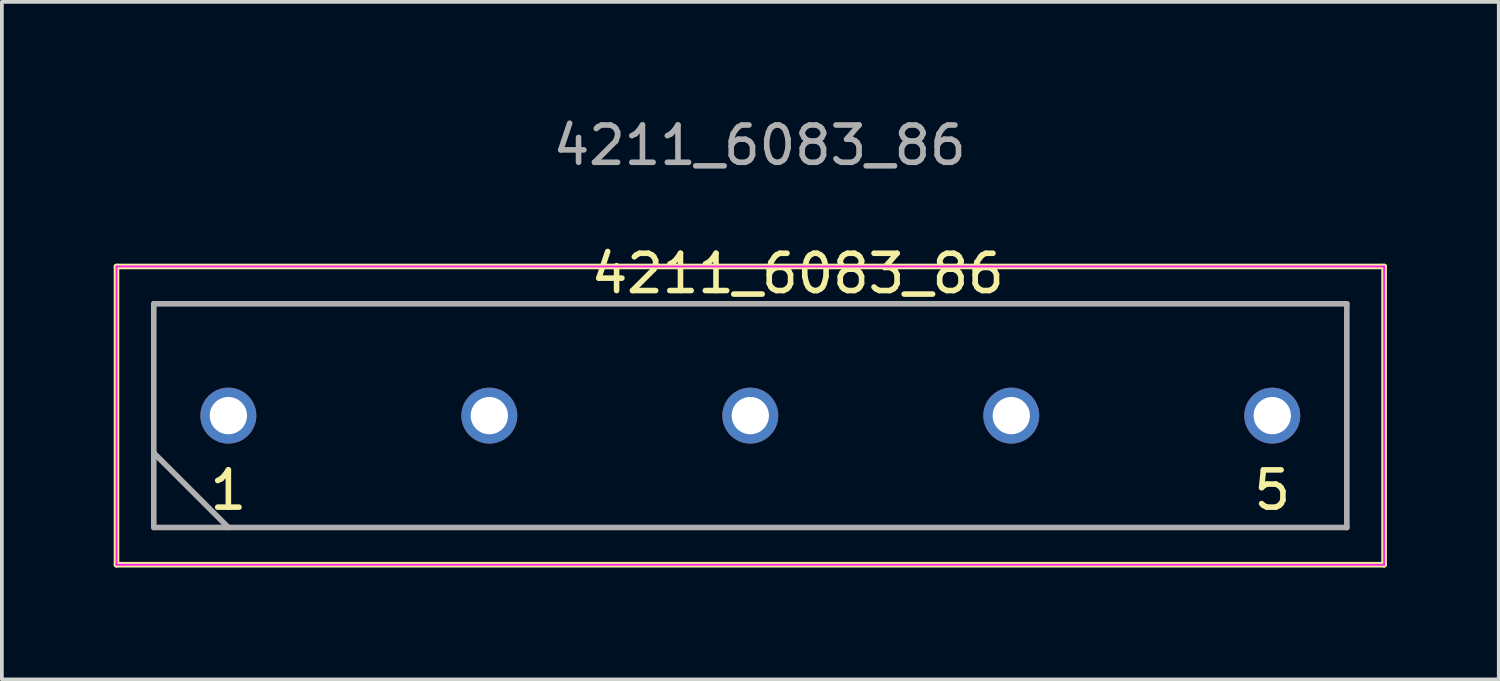
<source format=kicad_pcb>
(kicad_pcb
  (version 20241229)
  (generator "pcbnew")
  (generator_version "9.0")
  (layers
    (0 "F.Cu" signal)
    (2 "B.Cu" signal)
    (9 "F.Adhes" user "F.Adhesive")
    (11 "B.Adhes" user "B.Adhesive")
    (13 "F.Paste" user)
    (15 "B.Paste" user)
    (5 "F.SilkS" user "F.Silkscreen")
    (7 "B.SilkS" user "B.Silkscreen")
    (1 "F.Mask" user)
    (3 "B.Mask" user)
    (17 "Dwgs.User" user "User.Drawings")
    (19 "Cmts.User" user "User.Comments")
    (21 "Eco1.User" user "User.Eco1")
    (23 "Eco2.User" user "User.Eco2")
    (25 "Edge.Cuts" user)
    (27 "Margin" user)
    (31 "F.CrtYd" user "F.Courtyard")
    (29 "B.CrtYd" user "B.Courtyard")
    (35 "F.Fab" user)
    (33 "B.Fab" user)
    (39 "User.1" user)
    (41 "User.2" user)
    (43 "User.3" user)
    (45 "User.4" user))
  (footprint "4211_6083_86"
    (layer "F.Cu")
    (at 17.075 8.098)
    (property "Reference" "4211_6083_86" (at 1.27 -3.81 0) (layer "F.SilkS") (effects (font (size 1 1) (thickness 0.15))))
    (attr through_hole)
    (fp_line (start -17 -4) (end -17 4) (stroke (width 0.15) (type solid)) (layer "F.SilkS"))
    (fp_line (start -17 4) (end 17 4) (stroke (width 0.15) (type solid)) (layer "F.SilkS"))
    (fp_line (start 17 -4) (end -17 -4) (stroke (width 0.15) (type solid)) (layer "F.SilkS"))
    (fp_line (start 17 4) (end 17 -4) (stroke (width 0.15) (type solid)) (layer "F.SilkS"))
    (fp_line (start -17 -4) (end 17 -4) (stroke (width 0.05) (type solid)) (layer "F.CrtYd"))
    (fp_line (start -17 4) (end -17 -4) (stroke (width 0.05) (type solid)) (layer "F.CrtYd"))
    (fp_line (start 17 -4) (end 17 4) (stroke (width 0.05) (type solid)) (layer "F.CrtYd"))
    (fp_line (start 17 4) (end -17 4) (stroke (width 0.05) (type solid)) (layer "F.CrtYd"))
    (fp_line (start -16 -3) (end 16 -3) (stroke (width 0.15) (type solid)) (layer "F.Fab"))
    (fp_line (start -16 1) (end -14 3) (stroke (width 0.15) (type solid)) (layer "F.Fab"))
    (fp_line (start -16 3) (end -16 -3) (stroke (width 0.15) (type solid)) (layer "F.Fab"))
    (fp_line (start 16 -3) (end 16 3) (stroke (width 0.15) (type solid)) (layer "F.Fab"))
    (fp_line (start 16 3) (end -16 3) (stroke (width 0.15) (type solid)) (layer "F.Fab"))
    (fp_text user "1" (at -14 2 0) (layer "F.SilkS") (effects (font (size 1 1) (thickness 0.15))))
    (fp_text user "5" (at 14 2 0) (layer "F.SilkS") (effects (font (size 1 1) (thickness 0.15))))
    (fp_text user "${REFERENCE}" (at 0.25 -7.25 0) (layer "F.Fab") (effects (font (size 1 1) (thickness 0.15))))
    (pad "1" thru_hole circle (at -14 0) (size 1.5 1.5) (drill 1) (layers "*.Cu" "*.Mask"))
    (pad "2" thru_hole circle (at -7 0) (size 1.5 1.5) (drill 1) (layers "*.Cu" "*.Mask"))
    (pad "3" thru_hole circle (at 0 0) (size 1.5 1.5) (drill 1) (layers "*.Cu" "*.Mask"))
    (pad "4" thru_hole circle (at 7 0) (size 1.5 1.5) (drill 1) (layers "*.Cu" "*.Mask"))
    (pad "5" thru_hole circle (at 14 0) (size 1.5 1.5) (drill 1) (layers "*.Cu" "*.Mask")))
  (gr_rect
    (start -3 -3)
    (end 37.15 15.173)
    (stroke (width 0.1) (type default))
    (fill no)
    (layer "Edge.Cuts")))
</source>
